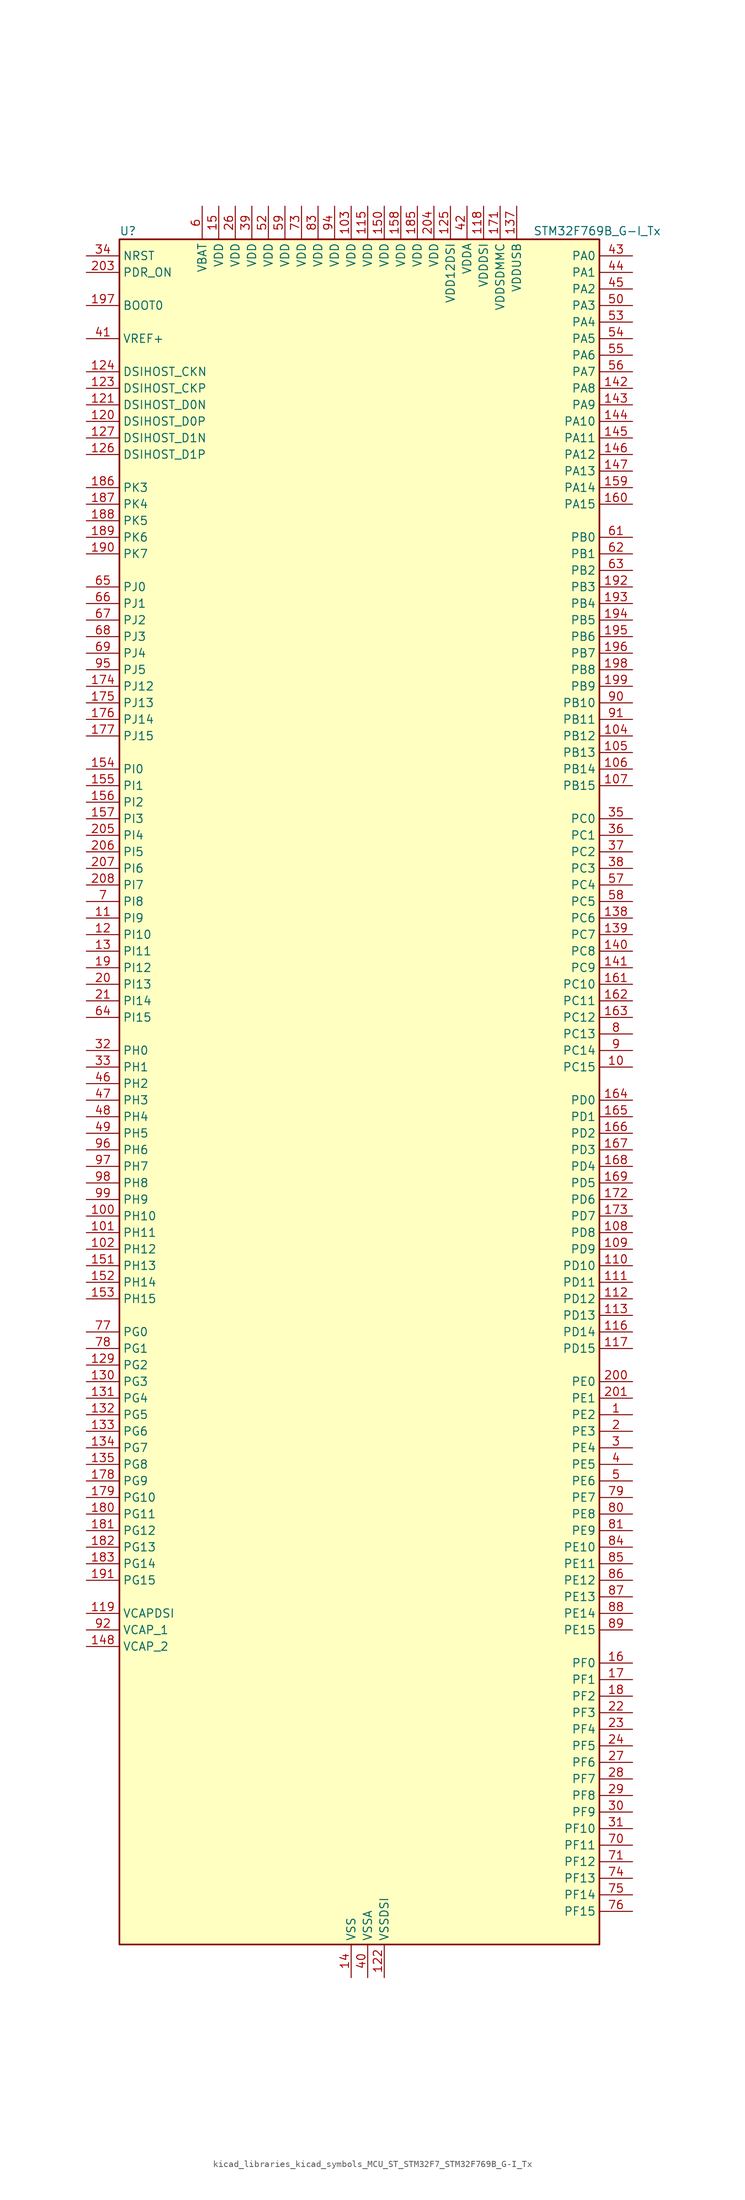
<source format=kicad_sym>
(kicad_symbol_lib
  (version 20220914)
  (generator kicad_symbol_editor)
  (symbol "kicad_libraries_kicad_symbols_MCU_ST_STM32F7_STM32F769B_G-I_Tx"
    (property "Reference" "U"
      (at -35.56 133.35 0)
      (effects (font (size 1.27 1.27)) (justify left)))
    (property "Value" "STM32F769B_G-I_Tx"
      (at 27.94 133.35 0)
      (effects (font (size 1.27 1.27)) (justify left)))
    (property "ki_locked" ""
      (at 0 0 0)
      (effects (font (size 1.27 1.27))))
    (symbol "kicad_libraries_kicad_symbols_MCU_ST_STM32F7_STM32F769B_G-I_Tx_0_1"
      (rectangle (start -35.56 -129.54) (end 38.1 132.08) (stroke (width 0.254) (type default)) (fill (type background))))
    (symbol "kicad_libraries_kicad_symbols_MCU_ST_STM32F7_STM32F769B_G-I_Tx_1_1"
      (pin bidirectional line (at 43.18 -48.26 180) (length 5.08) (name "PE2" (effects (font (size 1.27 1.27)))) (number "1" (effects (font (size 1.27 1.27)))) (alternate "ETH_TXD3" bidirectional line) (alternate "FMC_A23" bidirectional line) (alternate "QUADSPI_BK1_IO2" bidirectional line) (alternate "SAI1_MCLK_A" bidirectional line) (alternate "SPI4_SCK" bidirectional line) (alternate "SYS_TRACECLK" bidirectional line))
      (pin bidirectional line (at 43.18 5.08 180) (length 5.08) (name "PC15" (effects (font (size 1.27 1.27)))) (number "10" (effects (font (size 1.27 1.27)))) (alternate "RCC_OSC32_OUT" bidirectional line))
      (pin bidirectional line (at -40.64 -17.78 0) (length 5.08) (name "PH10" (effects (font (size 1.27 1.27)))) (number "100" (effects (font (size 1.27 1.27)))) (alternate "DCMI_D1" bidirectional line) (alternate "FMC_D18" bidirectional line) (alternate "I2C4_SMBA" bidirectional line) (alternate "LTDC_R4" bidirectional line) (alternate "TIM5_CH1" bidirectional line))
      (pin bidirectional line (at -40.64 -20.32 0) (length 5.08) (name "PH11" (effects (font (size 1.27 1.27)))) (number "101" (effects (font (size 1.27 1.27)))) (alternate "ADC1_EXTI11" bidirectional line) (alternate "ADC2_EXTI11" bidirectional line) (alternate "ADC3_EXTI11" bidirectional line) (alternate "DCMI_D2" bidirectional line) (alternate "FMC_D19" bidirectional line) (alternate "I2C4_SCL" bidirectional line) (alternate "LTDC_R5" bidirectional line) (alternate "TIM5_CH2" bidirectional line))
      (pin bidirectional line (at -40.64 -22.86 0) (length 5.08) (name "PH12" (effects (font (size 1.27 1.27)))) (number "102" (effects (font (size 1.27 1.27)))) (alternate "DCMI_D3" bidirectional line) (alternate "FMC_D20" bidirectional line) (alternate "I2C4_SDA" bidirectional line) (alternate "LTDC_R6" bidirectional line) (alternate "TIM5_CH3" bidirectional line))
      (pin power_in line (at 0 137.16 270) (length 5.08) (name "VDD" (effects (font (size 1.27 1.27)))) (number "103" (effects (font (size 1.27 1.27)))))
      (pin bidirectional line (at 43.18 55.88 180) (length 5.08) (name "PB12" (effects (font (size 1.27 1.27)))) (number "104" (effects (font (size 1.27 1.27)))) (alternate "CAN2_RX" bidirectional line) (alternate "DFSDM1_DATIN1" bidirectional line) (alternate "ETH_TXD0" bidirectional line) (alternate "I2C2_SMBA" bidirectional line) (alternate "I2S2_WS" bidirectional line) (alternate "SPI2_NSS" bidirectional line) (alternate "TIM1_BKIN" bidirectional line) (alternate "UART5_RX" bidirectional line) (alternate "USART3_CK" bidirectional line) (alternate "USB_OTG_HS_ID" bidirectional line) (alternate "USB_OTG_HS_ULPI_D5" bidirectional line))
      (pin bidirectional line (at 43.18 53.34 180) (length 5.08) (name "PB13" (effects (font (size 1.27 1.27)))) (number "105" (effects (font (size 1.27 1.27)))) (alternate "CAN2_TX" bidirectional line) (alternate "DFSDM1_CKIN1" bidirectional line) (alternate "ETH_TXD1" bidirectional line) (alternate "I2S2_CK" bidirectional line) (alternate "SPI2_SCK" bidirectional line) (alternate "TIM1_CH1N" bidirectional line) (alternate "UART5_TX" bidirectional line) (alternate "USART3_CTS" bidirectional line) (alternate "USB_OTG_HS_ULPI_D6" bidirectional line) (alternate "USB_OTG_HS_VBUS" bidirectional line))
      (pin bidirectional line (at 43.18 50.8 180) (length 5.08) (name "PB14" (effects (font (size 1.27 1.27)))) (number "106" (effects (font (size 1.27 1.27)))) (alternate "DFSDM1_DATIN2" bidirectional line) (alternate "SDMMC2_D0" bidirectional line) (alternate "SPI2_MISO" bidirectional line) (alternate "TIM12_CH1" bidirectional line) (alternate "TIM1_CH2N" bidirectional line) (alternate "TIM8_CH2N" bidirectional line) (alternate "UART4_DE" bidirectional line) (alternate "UART4_RTS" bidirectional line) (alternate "USART1_TX" bidirectional line) (alternate "USART3_DE" bidirectional line) (alternate "USART3_RTS" bidirectional line) (alternate "USB_OTG_HS_DM" bidirectional line))
      (pin bidirectional line (at 43.18 48.26 180) (length 5.08) (name "PB15" (effects (font (size 1.27 1.27)))) (number "107" (effects (font (size 1.27 1.27)))) (alternate "DFSDM1_CKIN2" bidirectional line) (alternate "I2S2_SD" bidirectional line) (alternate "RTC_REFIN" bidirectional line) (alternate "SDMMC2_D1" bidirectional line) (alternate "SPI2_MOSI" bidirectional line) (alternate "TIM12_CH2" bidirectional line) (alternate "TIM1_CH3N" bidirectional line) (alternate "TIM8_CH3N" bidirectional line) (alternate "UART4_CTS" bidirectional line) (alternate "USART1_RX" bidirectional line) (alternate "USB_OTG_HS_DP" bidirectional line))
      (pin bidirectional line (at 43.18 -20.32 180) (length 5.08) (name "PD8" (effects (font (size 1.27 1.27)))) (number "108" (effects (font (size 1.27 1.27)))) (alternate "DFSDM1_CKIN3" bidirectional line) (alternate "FMC_D13" bidirectional line) (alternate "FMC_DA13" bidirectional line) (alternate "SPDIFRX_IN1" bidirectional line) (alternate "USART3_TX" bidirectional line))
      (pin bidirectional line (at 43.18 -22.86 180) (length 5.08) (name "PD9" (effects (font (size 1.27 1.27)))) (number "109" (effects (font (size 1.27 1.27)))) (alternate "DAC_EXTI9" bidirectional line) (alternate "DFSDM1_DATIN3" bidirectional line) (alternate "FMC_D14" bidirectional line) (alternate "FMC_DA14" bidirectional line) (alternate "USART3_RX" bidirectional line))
      (pin bidirectional line (at -40.64 27.94 0) (length 5.08) (name "PI9" (effects (font (size 1.27 1.27)))) (number "11" (effects (font (size 1.27 1.27)))) (alternate "CAN1_RX" bidirectional line) (alternate "DAC_EXTI9" bidirectional line) (alternate "FMC_D30" bidirectional line) (alternate "LTDC_VSYNC" bidirectional line) (alternate "UART4_RX" bidirectional line))
      (pin bidirectional line (at 43.18 -25.4 180) (length 5.08) (name "PD10" (effects (font (size 1.27 1.27)))) (number "110" (effects (font (size 1.27 1.27)))) (alternate "DFSDM1_CKOUT" bidirectional line) (alternate "FMC_D15" bidirectional line) (alternate "FMC_DA15" bidirectional line) (alternate "LTDC_B3" bidirectional line) (alternate "USART3_CK" bidirectional line))
      (pin bidirectional line (at 43.18 -27.94 180) (length 5.08) (name "PD11" (effects (font (size 1.27 1.27)))) (number "111" (effects (font (size 1.27 1.27)))) (alternate "ADC1_EXTI11" bidirectional line) (alternate "ADC2_EXTI11" bidirectional line) (alternate "ADC3_EXTI11" bidirectional line) (alternate "FMC_A16" bidirectional line) (alternate "FMC_CLE" bidirectional line) (alternate "I2C4_SMBA" bidirectional line) (alternate "QUADSPI_BK1_IO0" bidirectional line) (alternate "SAI2_SD_A" bidirectional line) (alternate "USART3_CTS" bidirectional line))
      (pin bidirectional line (at 43.18 -30.48 180) (length 5.08) (name "PD12" (effects (font (size 1.27 1.27)))) (number "112" (effects (font (size 1.27 1.27)))) (alternate "FMC_A17" bidirectional line) (alternate "FMC_ALE" bidirectional line) (alternate "I2C4_SCL" bidirectional line) (alternate "LPTIM1_IN1" bidirectional line) (alternate "QUADSPI_BK1_IO1" bidirectional line) (alternate "SAI2_FS_A" bidirectional line) (alternate "TIM4_CH1" bidirectional line) (alternate "USART3_DE" bidirectional line) (alternate "USART3_RTS" bidirectional line))
      (pin bidirectional line (at 43.18 -33.02 180) (length 5.08) (name "PD13" (effects (font (size 1.27 1.27)))) (number "113" (effects (font (size 1.27 1.27)))) (alternate "FMC_A18" bidirectional line) (alternate "I2C4_SDA" bidirectional line) (alternate "LPTIM1_OUT" bidirectional line) (alternate "QUADSPI_BK1_IO3" bidirectional line) (alternate "SAI2_SCK_A" bidirectional line) (alternate "TIM4_CH2" bidirectional line))
      (pin passive line (at 0 -134.62 90) (length 5.08) hide (name "VSS" (effects (font (size 1.27 1.27)))) (number "114" (effects (font (size 1.27 1.27)))))
      (pin power_in line (at 2.54 137.16 270) (length 5.08) (name "VDD" (effects (font (size 1.27 1.27)))) (number "115" (effects (font (size 1.27 1.27)))))
      (pin bidirectional line (at 43.18 -35.56 180) (length 5.08) (name "PD14" (effects (font (size 1.27 1.27)))) (number "116" (effects (font (size 1.27 1.27)))) (alternate "FMC_D0" bidirectional line) (alternate "FMC_DA0" bidirectional line) (alternate "TIM4_CH3" bidirectional line) (alternate "UART8_CTS" bidirectional line))
      (pin bidirectional line (at 43.18 -38.1 180) (length 5.08) (name "PD15" (effects (font (size 1.27 1.27)))) (number "117" (effects (font (size 1.27 1.27)))) (alternate "FMC_D1" bidirectional line) (alternate "FMC_DA1" bidirectional line) (alternate "TIM4_CH4" bidirectional line) (alternate "UART8_DE" bidirectional line) (alternate "UART8_RTS" bidirectional line))
      (pin power_in line (at 20.32 137.16 270) (length 5.08) (name "VDDDSI" (effects (font (size 1.27 1.27)))) (number "118" (effects (font (size 1.27 1.27)))))
      (pin power_out line (at -40.64 -78.74 0) (length 5.08) (name "VCAPDSI" (effects (font (size 1.27 1.27)))) (number "119" (effects (font (size 1.27 1.27)))))
      (pin bidirectional line (at -40.64 25.4 0) (length 5.08) (name "PI10" (effects (font (size 1.27 1.27)))) (number "12" (effects (font (size 1.27 1.27)))) (alternate "ETH_RX_ER" bidirectional line) (alternate "FMC_D31" bidirectional line) (alternate "LTDC_HSYNC" bidirectional line))
      (pin bidirectional line (at -40.64 104.14 0) (length 5.08) (name "DSIHOST_D0P" (effects (font (size 1.27 1.27)))) (number "120" (effects (font (size 1.27 1.27)))) (alternate "DSIHOST_D0P" bidirectional line))
      (pin bidirectional line (at -40.64 106.68 0) (length 5.08) (name "DSIHOST_D0N" (effects (font (size 1.27 1.27)))) (number "121" (effects (font (size 1.27 1.27)))) (alternate "DSIHOST_D0N" bidirectional line))
      (pin power_in line (at 5.08 -134.62 90) (length 5.08) (name "VSSDSI" (effects (font (size 1.27 1.27)))) (number "122" (effects (font (size 1.27 1.27)))))
      (pin bidirectional line (at -40.64 109.22 0) (length 5.08) (name "DSIHOST_CKP" (effects (font (size 1.27 1.27)))) (number "123" (effects (font (size 1.27 1.27)))) (alternate "DSIHOST_CKP" bidirectional line))
      (pin bidirectional line (at -40.64 111.76 0) (length 5.08) (name "DSIHOST_CKN" (effects (font (size 1.27 1.27)))) (number "124" (effects (font (size 1.27 1.27)))) (alternate "DSIHOST_CKN" bidirectional line))
      (pin power_in line (at 15.24 137.16 270) (length 5.08) (name "VDD12DSI" (effects (font (size 1.27 1.27)))) (number "125" (effects (font (size 1.27 1.27)))))
      (pin bidirectional line (at -40.64 99.06 0) (length 5.08) (name "DSIHOST_D1P" (effects (font (size 1.27 1.27)))) (number "126" (effects (font (size 1.27 1.27)))) (alternate "DSIHOST_D1P" bidirectional line))
      (pin bidirectional line (at -40.64 101.6 0) (length 5.08) (name "DSIHOST_D1N" (effects (font (size 1.27 1.27)))) (number "127" (effects (font (size 1.27 1.27)))) (alternate "DSIHOST_D1N" bidirectional line))
      (pin passive line (at 5.08 -134.62 90) (length 5.08) hide (name "VSSDSI" (effects (font (size 1.27 1.27)))) (number "128" (effects (font (size 1.27 1.27)))))
      (pin bidirectional line (at -40.64 -40.64 0) (length 5.08) (name "PG2" (effects (font (size 1.27 1.27)))) (number "129" (effects (font (size 1.27 1.27)))) (alternate "FMC_A12" bidirectional line))
      (pin bidirectional line (at -40.64 22.86 0) (length 5.08) (name "PI11" (effects (font (size 1.27 1.27)))) (number "13" (effects (font (size 1.27 1.27)))) (alternate "ADC1_EXTI11" bidirectional line) (alternate "ADC2_EXTI11" bidirectional line) (alternate "ADC3_EXTI11" bidirectional line) (alternate "LTDC_G6" bidirectional line) (alternate "SYS_WKUP6" bidirectional line) (alternate "USB_OTG_HS_ULPI_DIR" bidirectional line))
      (pin bidirectional line (at -40.64 -43.18 0) (length 5.08) (name "PG3" (effects (font (size 1.27 1.27)))) (number "130" (effects (font (size 1.27 1.27)))) (alternate "FMC_A13" bidirectional line))
      (pin bidirectional line (at -40.64 -45.72 0) (length 5.08) (name "PG4" (effects (font (size 1.27 1.27)))) (number "131" (effects (font (size 1.27 1.27)))) (alternate "FMC_A14" bidirectional line) (alternate "FMC_BA0" bidirectional line))
      (pin bidirectional line (at -40.64 -48.26 0) (length 5.08) (name "PG5" (effects (font (size 1.27 1.27)))) (number "132" (effects (font (size 1.27 1.27)))) (alternate "FMC_A15" bidirectional line) (alternate "FMC_BA1" bidirectional line))
      (pin bidirectional line (at -40.64 -50.8 0) (length 5.08) (name "PG6" (effects (font (size 1.27 1.27)))) (number "133" (effects (font (size 1.27 1.27)))) (alternate "DCMI_D12" bidirectional line) (alternate "FMC_NE3" bidirectional line) (alternate "LTDC_R7" bidirectional line))
      (pin bidirectional line (at -40.64 -53.34 0) (length 5.08) (name "PG7" (effects (font (size 1.27 1.27)))) (number "134" (effects (font (size 1.27 1.27)))) (alternate "DCMI_D13" bidirectional line) (alternate "FMC_INT" bidirectional line) (alternate "LTDC_CLK" bidirectional line) (alternate "SAI1_MCLK_A" bidirectional line) (alternate "USART6_CK" bidirectional line))
      (pin bidirectional line (at -40.64 -55.88 0) (length 5.08) (name "PG8" (effects (font (size 1.27 1.27)))) (number "135" (effects (font (size 1.27 1.27)))) (alternate "ETH_PPS_OUT" bidirectional line) (alternate "FMC_SDCLK" bidirectional line) (alternate "LTDC_G7" bidirectional line) (alternate "SPDIFRX_IN2" bidirectional line) (alternate "SPI6_NSS" bidirectional line) (alternate "USART6_DE" bidirectional line) (alternate "USART6_RTS" bidirectional line))
      (pin passive line (at 0 -134.62 90) (length 5.08) hide (name "VSS" (effects (font (size 1.27 1.27)))) (number "136" (effects (font (size 1.27 1.27)))))
      (pin power_in line (at 25.4 137.16 270) (length 5.08) (name "VDDUSB" (effects (font (size 1.27 1.27)))) (number "137" (effects (font (size 1.27 1.27)))))
      (pin bidirectional line (at 43.18 27.94 180) (length 5.08) (name "PC6" (effects (font (size 1.27 1.27)))) (number "138" (effects (font (size 1.27 1.27)))) (alternate "DCMI_D0" bidirectional line) (alternate "DFSDM1_CKIN3" bidirectional line) (alternate "FMC_NWAIT" bidirectional line) (alternate "I2S2_MCK" bidirectional line) (alternate "LTDC_HSYNC" bidirectional line) (alternate "SDMMC1_D6" bidirectional line) (alternate "SDMMC2_D6" bidirectional line) (alternate "TIM3_CH1" bidirectional line) (alternate "TIM8_CH1" bidirectional line) (alternate "USART6_TX" bidirectional line))
      (pin bidirectional line (at 43.18 25.4 180) (length 5.08) (name "PC7" (effects (font (size 1.27 1.27)))) (number "139" (effects (font (size 1.27 1.27)))) (alternate "DCMI_D1" bidirectional line) (alternate "DFSDM1_DATIN3" bidirectional line) (alternate "FMC_NE1" bidirectional line) (alternate "I2S3_MCK" bidirectional line) (alternate "LTDC_G6" bidirectional line) (alternate "SDMMC1_D7" bidirectional line) (alternate "SDMMC2_D7" bidirectional line) (alternate "TIM3_CH2" bidirectional line) (alternate "TIM8_CH2" bidirectional line) (alternate "USART6_RX" bidirectional line))
      (pin power_in line (at 0 -134.62 90) (length 5.08) (name "VSS" (effects (font (size 1.27 1.27)))) (number "14" (effects (font (size 1.27 1.27)))))
      (pin bidirectional line (at 43.18 22.86 180) (length 5.08) (name "PC8" (effects (font (size 1.27 1.27)))) (number "140" (effects (font (size 1.27 1.27)))) (alternate "DCMI_D2" bidirectional line) (alternate "FMC_NCE" bidirectional line) (alternate "FMC_NE2" bidirectional line) (alternate "SDMMC1_D0" bidirectional line) (alternate "SYS_TRACED1" bidirectional line) (alternate "TIM3_CH3" bidirectional line) (alternate "TIM8_CH3" bidirectional line) (alternate "UART5_DE" bidirectional line) (alternate "UART5_RTS" bidirectional line) (alternate "USART6_CK" bidirectional line))
      (pin bidirectional line (at 43.18 20.32 180) (length 5.08) (name "PC9" (effects (font (size 1.27 1.27)))) (number "141" (effects (font (size 1.27 1.27)))) (alternate "DAC_EXTI9" bidirectional line) (alternate "DCMI_D3" bidirectional line) (alternate "I2C3_SDA" bidirectional line) (alternate "I2S_CKIN" bidirectional line) (alternate "LTDC_B2" bidirectional line) (alternate "LTDC_G3" bidirectional line) (alternate "QUADSPI_BK1_IO0" bidirectional line) (alternate "RCC_MCO_2" bidirectional line) (alternate "SDMMC1_D1" bidirectional line) (alternate "TIM3_CH4" bidirectional line) (alternate "TIM8_CH4" bidirectional line) (alternate "UART5_CTS" bidirectional line))
      (pin bidirectional line (at 43.18 109.22 180) (length 5.08) (name "PA8" (effects (font (size 1.27 1.27)))) (number "142" (effects (font (size 1.27 1.27)))) (alternate "CAN3_RX" bidirectional line) (alternate "I2C3_SCL" bidirectional line) (alternate "LTDC_B3" bidirectional line) (alternate "LTDC_R6" bidirectional line) (alternate "RCC_MCO_1" bidirectional line) (alternate "TIM1_CH1" bidirectional line) (alternate "TIM8_BKIN2" bidirectional line) (alternate "UART7_RX" bidirectional line) (alternate "USART1_CK" bidirectional line) (alternate "USB_OTG_FS_SOF" bidirectional line))
      (pin bidirectional line (at 43.18 106.68 180) (length 5.08) (name "PA9" (effects (font (size 1.27 1.27)))) (number "143" (effects (font (size 1.27 1.27)))) (alternate "DAC_EXTI9" bidirectional line) (alternate "DCMI_D0" bidirectional line) (alternate "I2C3_SMBA" bidirectional line) (alternate "I2S2_CK" bidirectional line) (alternate "LTDC_R5" bidirectional line) (alternate "SPI2_SCK" bidirectional line) (alternate "TIM1_CH2" bidirectional line) (alternate "USART1_TX" bidirectional line) (alternate "USB_OTG_FS_VBUS" bidirectional line))
      (pin bidirectional line (at 43.18 104.14 180) (length 5.08) (name "PA10" (effects (font (size 1.27 1.27)))) (number "144" (effects (font (size 1.27 1.27)))) (alternate "DCMI_D1" bidirectional line) (alternate "LTDC_B1" bidirectional line) (alternate "LTDC_B4" bidirectional line) (alternate "MDIOS_MDIO" bidirectional line) (alternate "TIM1_CH3" bidirectional line) (alternate "USART1_RX" bidirectional line) (alternate "USB_OTG_FS_ID" bidirectional line))
      (pin bidirectional line (at 43.18 101.6 180) (length 5.08) (name "PA11" (effects (font (size 1.27 1.27)))) (number "145" (effects (font (size 1.27 1.27)))) (alternate "ADC1_EXTI11" bidirectional line) (alternate "ADC2_EXTI11" bidirectional line) (alternate "ADC3_EXTI11" bidirectional line) (alternate "CAN1_RX" bidirectional line) (alternate "I2S2_WS" bidirectional line) (alternate "LTDC_R4" bidirectional line) (alternate "SPI2_NSS" bidirectional line) (alternate "TIM1_CH4" bidirectional line) (alternate "UART4_RX" bidirectional line) (alternate "USART1_CTS" bidirectional line) (alternate "USB_OTG_FS_DM" bidirectional line))
      (pin bidirectional line (at 43.18 99.06 180) (length 5.08) (name "PA12" (effects (font (size 1.27 1.27)))) (number "146" (effects (font (size 1.27 1.27)))) (alternate "CAN1_TX" bidirectional line) (alternate "I2S2_CK" bidirectional line) (alternate "LTDC_R5" bidirectional line) (alternate "SAI2_FS_B" bidirectional line) (alternate "SPI2_SCK" bidirectional line) (alternate "TIM1_ETR" bidirectional line) (alternate "UART4_TX" bidirectional line) (alternate "USART1_DE" bidirectional line) (alternate "USART1_RTS" bidirectional line) (alternate "USB_OTG_FS_DP" bidirectional line))
      (pin bidirectional line (at 43.18 96.52 180) (length 5.08) (name "PA13" (effects (font (size 1.27 1.27)))) (number "147" (effects (font (size 1.27 1.27)))) (alternate "SYS_JTMS-SWDIO" bidirectional line))
      (pin power_out line (at -40.64 -83.82 0) (length 5.08) (name "VCAP_2" (effects (font (size 1.27 1.27)))) (number "148" (effects (font (size 1.27 1.27)))))
      (pin passive line (at 0 -134.62 90) (length 5.08) hide (name "VSS" (effects (font (size 1.27 1.27)))) (number "149" (effects (font (size 1.27 1.27)))))
      (pin power_in line (at -20.32 137.16 270) (length 5.08) (name "VDD" (effects (font (size 1.27 1.27)))) (number "15" (effects (font (size 1.27 1.27)))))
      (pin power_in line (at 5.08 137.16 270) (length 5.08) (name "VDD" (effects (font (size 1.27 1.27)))) (number "150" (effects (font (size 1.27 1.27)))))
      (pin bidirectional line (at -40.64 -25.4 0) (length 5.08) (name "PH13" (effects (font (size 1.27 1.27)))) (number "151" (effects (font (size 1.27 1.27)))) (alternate "CAN1_TX" bidirectional line) (alternate "FMC_D21" bidirectional line) (alternate "LTDC_G2" bidirectional line) (alternate "TIM8_CH1N" bidirectional line) (alternate "UART4_TX" bidirectional line))
      (pin bidirectional line (at -40.64 -27.94 0) (length 5.08) (name "PH14" (effects (font (size 1.27 1.27)))) (number "152" (effects (font (size 1.27 1.27)))) (alternate "CAN1_RX" bidirectional line) (alternate "DCMI_D4" bidirectional line) (alternate "FMC_D22" bidirectional line) (alternate "LTDC_G3" bidirectional line) (alternate "TIM8_CH2N" bidirectional line) (alternate "UART4_RX" bidirectional line))
      (pin bidirectional line (at -40.64 -30.48 0) (length 5.08) (name "PH15" (effects (font (size 1.27 1.27)))) (number "153" (effects (font (size 1.27 1.27)))) (alternate "DCMI_D11" bidirectional line) (alternate "FMC_D23" bidirectional line) (alternate "LTDC_G4" bidirectional line) (alternate "TIM8_CH3N" bidirectional line))
      (pin bidirectional line (at -40.64 50.8 0) (length 5.08) (name "PI0" (effects (font (size 1.27 1.27)))) (number "154" (effects (font (size 1.27 1.27)))) (alternate "DCMI_D13" bidirectional line) (alternate "FMC_D24" bidirectional line) (alternate "I2S2_WS" bidirectional line) (alternate "LTDC_G5" bidirectional line) (alternate "SPI2_NSS" bidirectional line) (alternate "TIM5_CH4" bidirectional line))
      (pin bidirectional line (at -40.64 48.26 0) (length 5.08) (name "PI1" (effects (font (size 1.27 1.27)))) (number "155" (effects (font (size 1.27 1.27)))) (alternate "DCMI_D8" bidirectional line) (alternate "FMC_D25" bidirectional line) (alternate "I2S2_CK" bidirectional line) (alternate "LTDC_G6" bidirectional line) (alternate "SPI2_SCK" bidirectional line) (alternate "TIM8_BKIN2" bidirectional line))
      (pin bidirectional line (at -40.64 45.72 0) (length 5.08) (name "PI2" (effects (font (size 1.27 1.27)))) (number "156" (effects (font (size 1.27 1.27)))) (alternate "DCMI_D9" bidirectional line) (alternate "FMC_D26" bidirectional line) (alternate "LTDC_G7" bidirectional line) (alternate "SPI2_MISO" bidirectional line) (alternate "TIM8_CH4" bidirectional line))
      (pin bidirectional line (at -40.64 43.18 0) (length 5.08) (name "PI3" (effects (font (size 1.27 1.27)))) (number "157" (effects (font (size 1.27 1.27)))) (alternate "DCMI_D10" bidirectional line) (alternate "FMC_D27" bidirectional line) (alternate "I2S2_SD" bidirectional line) (alternate "SPI2_MOSI" bidirectional line) (alternate "TIM8_ETR" bidirectional line))
      (pin power_in line (at 7.62 137.16 270) (length 5.08) (name "VDD" (effects (font (size 1.27 1.27)))) (number "158" (effects (font (size 1.27 1.27)))))
      (pin bidirectional line (at 43.18 93.98 180) (length 5.08) (name "PA14" (effects (font (size 1.27 1.27)))) (number "159" (effects (font (size 1.27 1.27)))) (alternate "SYS_JTCK-SWCLK" bidirectional line))
      (pin bidirectional line (at 43.18 -86.36 180) (length 5.08) (name "PF0" (effects (font (size 1.27 1.27)))) (number "16" (effects (font (size 1.27 1.27)))) (alternate "FMC_A0" bidirectional line) (alternate "I2C2_SDA" bidirectional line))
      (pin bidirectional line (at 43.18 91.44 180) (length 5.08) (name "PA15" (effects (font (size 1.27 1.27)))) (number "160" (effects (font (size 1.27 1.27)))) (alternate "CAN3_TX" bidirectional line) (alternate "CEC" bidirectional line) (alternate "I2S1_WS" bidirectional line) (alternate "I2S3_WS" bidirectional line) (alternate "SPI1_NSS" bidirectional line) (alternate "SPI3_NSS" bidirectional line) (alternate "SPI6_NSS" bidirectional line) (alternate "SYS_JTDI" bidirectional line) (alternate "TIM2_CH1" bidirectional line) (alternate "TIM2_ETR" bidirectional line) (alternate "UART4_DE" bidirectional line) (alternate "UART4_RTS" bidirectional line) (alternate "UART7_TX" bidirectional line))
      (pin bidirectional line (at 43.18 17.78 180) (length 5.08) (name "PC10" (effects (font (size 1.27 1.27)))) (number "161" (effects (font (size 1.27 1.27)))) (alternate "DCMI_D8" bidirectional line) (alternate "DFSDM1_CKIN5" bidirectional line) (alternate "I2S3_CK" bidirectional line) (alternate "LTDC_R2" bidirectional line) (alternate "QUADSPI_BK1_IO1" bidirectional line) (alternate "SDMMC1_D2" bidirectional line) (alternate "SPI3_SCK" bidirectional line) (alternate "UART4_TX" bidirectional line) (alternate "USART3_TX" bidirectional line))
      (pin bidirectional line (at 43.18 15.24 180) (length 5.08) (name "PC11" (effects (font (size 1.27 1.27)))) (number "162" (effects (font (size 1.27 1.27)))) (alternate "ADC1_EXTI11" bidirectional line) (alternate "ADC2_EXTI11" bidirectional line) (alternate "ADC3_EXTI11" bidirectional line) (alternate "DCMI_D4" bidirectional line) (alternate "DFSDM1_DATIN5" bidirectional line) (alternate "QUADSPI_BK2_NCS" bidirectional line) (alternate "SDMMC1_D3" bidirectional line) (alternate "SPI3_MISO" bidirectional line) (alternate "UART4_RX" bidirectional line) (alternate "USART3_RX" bidirectional line))
      (pin bidirectional line (at 43.18 12.7 180) (length 5.08) (name "PC12" (effects (font (size 1.27 1.27)))) (number "163" (effects (font (size 1.27 1.27)))) (alternate "DCMI_D9" bidirectional line) (alternate "I2S3_SD" bidirectional line) (alternate "SDMMC1_CK" bidirectional line) (alternate "SPI3_MOSI" bidirectional line) (alternate "SYS_TRACED3" bidirectional line) (alternate "UART5_TX" bidirectional line) (alternate "USART3_CK" bidirectional line))
      (pin bidirectional line (at 43.18 0 180) (length 5.08) (name "PD0" (effects (font (size 1.27 1.27)))) (number "164" (effects (font (size 1.27 1.27)))) (alternate "CAN1_RX" bidirectional line) (alternate "DFSDM1_CKIN6" bidirectional line) (alternate "DFSDM1_DATIN7" bidirectional line) (alternate "FMC_D2" bidirectional line) (alternate "FMC_DA2" bidirectional line) (alternate "UART4_RX" bidirectional line))
      (pin bidirectional line (at 43.18 -2.54 180) (length 5.08) (name "PD1" (effects (font (size 1.27 1.27)))) (number "165" (effects (font (size 1.27 1.27)))) (alternate "CAN1_TX" bidirectional line) (alternate "DFSDM1_CKIN7" bidirectional line) (alternate "DFSDM1_DATIN6" bidirectional line) (alternate "FMC_D3" bidirectional line) (alternate "FMC_DA3" bidirectional line) (alternate "UART4_TX" bidirectional line))
      (pin bidirectional line (at 43.18 -5.08 180) (length 5.08) (name "PD2" (effects (font (size 1.27 1.27)))) (number "166" (effects (font (size 1.27 1.27)))) (alternate "DCMI_D11" bidirectional line) (alternate "SDMMC1_CMD" bidirectional line) (alternate "SYS_TRACED2" bidirectional line) (alternate "TIM3_ETR" bidirectional line) (alternate "UART5_RX" bidirectional line))
      (pin bidirectional line (at 43.18 -7.62 180) (length 5.08) (name "PD3" (effects (font (size 1.27 1.27)))) (number "167" (effects (font (size 1.27 1.27)))) (alternate "DCMI_D5" bidirectional line) (alternate "DFSDM1_CKOUT" bidirectional line) (alternate "DFSDM1_DATIN0" bidirectional line) (alternate "FMC_CLK" bidirectional line) (alternate "I2S2_CK" bidirectional line) (alternate "LTDC_G7" bidirectional line) (alternate "SPI2_SCK" bidirectional line) (alternate "USART2_CTS" bidirectional line))
      (pin bidirectional line (at 43.18 -10.16 180) (length 5.08) (name "PD4" (effects (font (size 1.27 1.27)))) (number "168" (effects (font (size 1.27 1.27)))) (alternate "DFSDM1_CKIN0" bidirectional line) (alternate "FMC_NOE" bidirectional line) (alternate "USART2_DE" bidirectional line) (alternate "USART2_RTS" bidirectional line))
      (pin bidirectional line (at 43.18 -12.7 180) (length 5.08) (name "PD5" (effects (font (size 1.27 1.27)))) (number "169" (effects (font (size 1.27 1.27)))) (alternate "FMC_NWE" bidirectional line) (alternate "USART2_TX" bidirectional line))
      (pin bidirectional line (at 43.18 -88.9 180) (length 5.08) (name "PF1" (effects (font (size 1.27 1.27)))) (number "17" (effects (font (size 1.27 1.27)))) (alternate "FMC_A1" bidirectional line) (alternate "I2C2_SCL" bidirectional line))
      (pin passive line (at 0 -134.62 90) (length 5.08) hide (name "VSS" (effects (font (size 1.27 1.27)))) (number "170" (effects (font (size 1.27 1.27)))))
      (pin power_in line (at 22.86 137.16 270) (length 5.08) (name "VDDSDMMC" (effects (font (size 1.27 1.27)))) (number "171" (effects (font (size 1.27 1.27)))))
      (pin bidirectional line (at 43.18 -15.24 180) (length 5.08) (name "PD6" (effects (font (size 1.27 1.27)))) (number "172" (effects (font (size 1.27 1.27)))) (alternate "DCMI_D10" bidirectional line) (alternate "DFSDM1_CKIN4" bidirectional line) (alternate "DFSDM1_DATIN1" bidirectional line) (alternate "FMC_NWAIT" bidirectional line) (alternate "I2S3_SD" bidirectional line) (alternate "LTDC_B2" bidirectional line) (alternate "SAI1_SD_A" bidirectional line) (alternate "SDMMC2_CK" bidirectional line) (alternate "SPI3_MOSI" bidirectional line) (alternate "USART2_RX" bidirectional line))
      (pin bidirectional line (at 43.18 -17.78 180) (length 5.08) (name "PD7" (effects (font (size 1.27 1.27)))) (number "173" (effects (font (size 1.27 1.27)))) (alternate "DFSDM1_CKIN1" bidirectional line) (alternate "DFSDM1_DATIN4" bidirectional line) (alternate "FMC_NE1" bidirectional line) (alternate "I2S1_SD" bidirectional line) (alternate "SDMMC2_CMD" bidirectional line) (alternate "SPDIFRX_IN0" bidirectional line) (alternate "SPI1_MOSI" bidirectional line) (alternate "USART2_CK" bidirectional line))
      (pin bidirectional line (at -40.64 63.5 0) (length 5.08) (name "PJ12" (effects (font (size 1.27 1.27)))) (number "174" (effects (font (size 1.27 1.27)))) (alternate "LTDC_B0" bidirectional line) (alternate "LTDC_G3" bidirectional line))
      (pin bidirectional line (at -40.64 60.96 0) (length 5.08) (name "PJ13" (effects (font (size 1.27 1.27)))) (number "175" (effects (font (size 1.27 1.27)))) (alternate "LTDC_B1" bidirectional line) (alternate "LTDC_G4" bidirectional line))
      (pin bidirectional line (at -40.64 58.42 0) (length 5.08) (name "PJ14" (effects (font (size 1.27 1.27)))) (number "176" (effects (font (size 1.27 1.27)))) (alternate "LTDC_B2" bidirectional line))
      (pin bidirectional line (at -40.64 55.88 0) (length 5.08) (name "PJ15" (effects (font (size 1.27 1.27)))) (number "177" (effects (font (size 1.27 1.27)))) (alternate "LTDC_B3" bidirectional line))
      (pin bidirectional line (at -40.64 -58.42 0) (length 5.08) (name "PG9" (effects (font (size 1.27 1.27)))) (number "178" (effects (font (size 1.27 1.27)))) (alternate "DAC_EXTI9" bidirectional line) (alternate "DCMI_VSYNC" bidirectional line) (alternate "FMC_NCE" bidirectional line) (alternate "FMC_NE2" bidirectional line) (alternate "QUADSPI_BK2_IO2" bidirectional line) (alternate "SAI2_FS_B" bidirectional line) (alternate "SDMMC2_D0" bidirectional line) (alternate "SPDIFRX_IN3" bidirectional line) (alternate "SPI1_MISO" bidirectional line) (alternate "USART6_RX" bidirectional line))
      (pin bidirectional line (at -40.64 -60.96 0) (length 5.08) (name "PG10" (effects (font (size 1.27 1.27)))) (number "179" (effects (font (size 1.27 1.27)))) (alternate "DCMI_D2" bidirectional line) (alternate "FMC_NE3" bidirectional line) (alternate "I2S1_WS" bidirectional line) (alternate "LTDC_B2" bidirectional line) (alternate "LTDC_G3" bidirectional line) (alternate "SAI2_SD_B" bidirectional line) (alternate "SDMMC2_D1" bidirectional line) (alternate "SPI1_NSS" bidirectional line))
      (pin bidirectional line (at 43.18 -91.44 180) (length 5.08) (name "PF2" (effects (font (size 1.27 1.27)))) (number "18" (effects (font (size 1.27 1.27)))) (alternate "FMC_A2" bidirectional line) (alternate "I2C2_SMBA" bidirectional line))
      (pin bidirectional line (at -40.64 -63.5 0) (length 5.08) (name "PG11" (effects (font (size 1.27 1.27)))) (number "180" (effects (font (size 1.27 1.27)))) (alternate "ADC1_EXTI11" bidirectional line) (alternate "ADC2_EXTI11" bidirectional line) (alternate "ADC3_EXTI11" bidirectional line) (alternate "DCMI_D3" bidirectional line) (alternate "ETH_TX_EN" bidirectional line) (alternate "I2S1_CK" bidirectional line) (alternate "LTDC_B3" bidirectional line) (alternate "SDMMC2_D2" bidirectional line) (alternate "SPDIFRX_IN0" bidirectional line) (alternate "SPI1_SCK" bidirectional line))
      (pin bidirectional line (at -40.64 -66.04 0) (length 5.08) (name "PG12" (effects (font (size 1.27 1.27)))) (number "181" (effects (font (size 1.27 1.27)))) (alternate "FMC_NE4" bidirectional line) (alternate "LPTIM1_IN1" bidirectional line) (alternate "LTDC_B1" bidirectional line) (alternate "LTDC_B4" bidirectional line) (alternate "SDMMC2_D3" bidirectional line) (alternate "SPDIFRX_IN1" bidirectional line) (alternate "SPI6_MISO" bidirectional line) (alternate "USART6_DE" bidirectional line) (alternate "USART6_RTS" bidirectional line))
      (pin bidirectional line (at -40.64 -68.58 0) (length 5.08) (name "PG13" (effects (font (size 1.27 1.27)))) (number "182" (effects (font (size 1.27 1.27)))) (alternate "ETH_TXD0" bidirectional line) (alternate "FMC_A24" bidirectional line) (alternate "LPTIM1_OUT" bidirectional line) (alternate "LTDC_R0" bidirectional line) (alternate "SPI6_SCK" bidirectional line) (alternate "SYS_TRACED0" bidirectional line) (alternate "USART6_CTS" bidirectional line))
      (pin bidirectional line (at -40.64 -71.12 0) (length 5.08) (name "PG14" (effects (font (size 1.27 1.27)))) (number "183" (effects (font (size 1.27 1.27)))) (alternate "ETH_TXD1" bidirectional line) (alternate "FMC_A25" bidirectional line) (alternate "LPTIM1_ETR" bidirectional line) (alternate "LTDC_B0" bidirectional line) (alternate "QUADSPI_BK2_IO3" bidirectional line) (alternate "SPI6_MOSI" bidirectional line) (alternate "SYS_TRACED1" bidirectional line) (alternate "USART6_TX" bidirectional line))
      (pin passive line (at 0 -134.62 90) (length 5.08) hide (name "VSS" (effects (font (size 1.27 1.27)))) (number "184" (effects (font (size 1.27 1.27)))))
      (pin power_in line (at 10.16 137.16 270) (length 5.08) (name "VDD" (effects (font (size 1.27 1.27)))) (number "185" (effects (font (size 1.27 1.27)))))
      (pin bidirectional line (at -40.64 93.98 0) (length 5.08) (name "PK3" (effects (font (size 1.27 1.27)))) (number "186" (effects (font (size 1.27 1.27)))) (alternate "LTDC_B4" bidirectional line))
      (pin bidirectional line (at -40.64 91.44 0) (length 5.08) (name "PK4" (effects (font (size 1.27 1.27)))) (number "187" (effects (font (size 1.27 1.27)))) (alternate "LTDC_B5" bidirectional line))
      (pin bidirectional line (at -40.64 88.9 0) (length 5.08) (name "PK5" (effects (font (size 1.27 1.27)))) (number "188" (effects (font (size 1.27 1.27)))) (alternate "LTDC_B6" bidirectional line))
      (pin bidirectional line (at -40.64 86.36 0) (length 5.08) (name "PK6" (effects (font (size 1.27 1.27)))) (number "189" (effects (font (size 1.27 1.27)))) (alternate "LTDC_B7" bidirectional line))
      (pin bidirectional line (at -40.64 20.32 0) (length 5.08) (name "PI12" (effects (font (size 1.27 1.27)))) (number "19" (effects (font (size 1.27 1.27)))) (alternate "LTDC_HSYNC" bidirectional line))
      (pin bidirectional line (at -40.64 83.82 0) (length 5.08) (name "PK7" (effects (font (size 1.27 1.27)))) (number "190" (effects (font (size 1.27 1.27)))) (alternate "LTDC_DE" bidirectional line))
      (pin bidirectional line (at -40.64 -73.66 0) (length 5.08) (name "PG15" (effects (font (size 1.27 1.27)))) (number "191" (effects (font (size 1.27 1.27)))) (alternate "DCMI_D13" bidirectional line) (alternate "FMC_SDNCAS" bidirectional line) (alternate "USART6_CTS" bidirectional line))
      (pin bidirectional line (at 43.18 78.74 180) (length 5.08) (name "PB3" (effects (font (size 1.27 1.27)))) (number "192" (effects (font (size 1.27 1.27)))) (alternate "CAN3_RX" bidirectional line) (alternate "I2S1_CK" bidirectional line) (alternate "I2S3_CK" bidirectional line) (alternate "SDMMC2_D2" bidirectional line) (alternate "SPI1_SCK" bidirectional line) (alternate "SPI3_SCK" bidirectional line) (alternate "SPI6_SCK" bidirectional line) (alternate "SYS_JTDO-SWO" bidirectional line) (alternate "TIM2_CH2" bidirectional line) (alternate "UART7_RX" bidirectional line))
      (pin bidirectional line (at 43.18 76.2 180) (length 5.08) (name "PB4" (effects (font (size 1.27 1.27)))) (number "193" (effects (font (size 1.27 1.27)))) (alternate "CAN3_TX" bidirectional line) (alternate "I2S2_WS" bidirectional line) (alternate "SDMMC2_D3" bidirectional line) (alternate "SPI1_MISO" bidirectional line) (alternate "SPI2_NSS" bidirectional line) (alternate "SPI3_MISO" bidirectional line) (alternate "SPI6_MISO" bidirectional line) (alternate "SYS_JTRST" bidirectional line) (alternate "TIM3_CH1" bidirectional line) (alternate "UART7_TX" bidirectional line))
      (pin bidirectional line (at 43.18 73.66 180) (length 5.08) (name "PB5" (effects (font (size 1.27 1.27)))) (number "194" (effects (font (size 1.27 1.27)))) (alternate "CAN2_RX" bidirectional line) (alternate "DCMI_D10" bidirectional line) (alternate "ETH_PPS_OUT" bidirectional line) (alternate "FMC_SDCKE1" bidirectional line) (alternate "I2C1_SMBA" bidirectional line) (alternate "I2S1_SD" bidirectional line) (alternate "I2S3_SD" bidirectional line) (alternate "LTDC_G7" bidirectional line) (alternate "SPI1_MOSI" bidirectional line) (alternate "SPI3_MOSI" bidirectional line) (alternate "SPI6_MOSI" bidirectional line) (alternate "TIM3_CH2" bidirectional line) (alternate "UART5_RX" bidirectional line) (alternate "USB_OTG_HS_ULPI_D7" bidirectional line))
      (pin bidirectional line (at 43.18 71.12 180) (length 5.08) (name "PB6" (effects (font (size 1.27 1.27)))) (number "195" (effects (font (size 1.27 1.27)))) (alternate "CAN2_TX" bidirectional line) (alternate "CEC" bidirectional line) (alternate "DCMI_D5" bidirectional line) (alternate "DFSDM1_DATIN5" bidirectional line) (alternate "FMC_SDNE1" bidirectional line) (alternate "I2C1_SCL" bidirectional line) (alternate "I2C4_SCL" bidirectional line) (alternate "QUADSPI_BK1_NCS" bidirectional line) (alternate "TIM4_CH1" bidirectional line) (alternate "UART5_TX" bidirectional line) (alternate "USART1_TX" bidirectional line))
      (pin bidirectional line (at 43.18 68.58 180) (length 5.08) (name "PB7" (effects (font (size 1.27 1.27)))) (number "196" (effects (font (size 1.27 1.27)))) (alternate "DCMI_VSYNC" bidirectional line) (alternate "DFSDM1_CKIN5" bidirectional line) (alternate "FMC_NL" bidirectional line) (alternate "I2C1_SDA" bidirectional line) (alternate "I2C4_SDA" bidirectional line) (alternate "TIM4_CH2" bidirectional line) (alternate "USART1_RX" bidirectional line))
      (pin input line (at -40.64 121.92 0) (length 5.08) (name "BOOT0" (effects (font (size 1.27 1.27)))) (number "197" (effects (font (size 1.27 1.27)))))
      (pin bidirectional line (at 43.18 66.04 180) (length 5.08) (name "PB8" (effects (font (size 1.27 1.27)))) (number "198" (effects (font (size 1.27 1.27)))) (alternate "CAN1_RX" bidirectional line) (alternate "DCMI_D6" bidirectional line) (alternate "DFSDM1_CKIN7" bidirectional line) (alternate "ETH_TXD3" bidirectional line) (alternate "I2C1_SCL" bidirectional line) (alternate "I2C4_SCL" bidirectional line) (alternate "LTDC_B6" bidirectional line) (alternate "SDMMC1_D4" bidirectional line) (alternate "SDMMC2_D4" bidirectional line) (alternate "TIM10_CH1" bidirectional line) (alternate "TIM4_CH3" bidirectional line) (alternate "UART5_RX" bidirectional line))
      (pin bidirectional line (at 43.18 63.5 180) (length 5.08) (name "PB9" (effects (font (size 1.27 1.27)))) (number "199" (effects (font (size 1.27 1.27)))) (alternate "CAN1_TX" bidirectional line) (alternate "DAC_EXTI9" bidirectional line) (alternate "DCMI_D7" bidirectional line) (alternate "DFSDM1_DATIN7" bidirectional line) (alternate "I2C1_SDA" bidirectional line) (alternate "I2C4_SDA" bidirectional line) (alternate "I2C4_SMBA" bidirectional line) (alternate "I2S2_WS" bidirectional line) (alternate "LTDC_B7" bidirectional line) (alternate "SDMMC1_D5" bidirectional line) (alternate "SDMMC2_D5" bidirectional line) (alternate "SPI2_NSS" bidirectional line) (alternate "TIM11_CH1" bidirectional line) (alternate "TIM4_CH4" bidirectional line) (alternate "UART5_TX" bidirectional line))
      (pin bidirectional line (at 43.18 -50.8 180) (length 5.08) (name "PE3" (effects (font (size 1.27 1.27)))) (number "2" (effects (font (size 1.27 1.27)))) (alternate "FMC_A19" bidirectional line) (alternate "SAI1_SD_B" bidirectional line) (alternate "SYS_TRACED0" bidirectional line))
      (pin bidirectional line (at -40.64 17.78 0) (length 5.08) (name "PI13" (effects (font (size 1.27 1.27)))) (number "20" (effects (font (size 1.27 1.27)))) (alternate "LTDC_VSYNC" bidirectional line))
      (pin bidirectional line (at 43.18 -43.18 180) (length 5.08) (name "PE0" (effects (font (size 1.27 1.27)))) (number "200" (effects (font (size 1.27 1.27)))) (alternate "DCMI_D2" bidirectional line) (alternate "FMC_NBL0" bidirectional line) (alternate "LPTIM1_ETR" bidirectional line) (alternate "SAI2_MCLK_A" bidirectional line) (alternate "TIM4_ETR" bidirectional line) (alternate "UART8_RX" bidirectional line))
      (pin bidirectional line (at 43.18 -45.72 180) (length 5.08) (name "PE1" (effects (font (size 1.27 1.27)))) (number "201" (effects (font (size 1.27 1.27)))) (alternate "DCMI_D3" bidirectional line) (alternate "FMC_NBL1" bidirectional line) (alternate "LPTIM1_IN2" bidirectional line) (alternate "UART8_TX" bidirectional line))
      (pin passive line (at 0 -134.62 90) (length 5.08) hide (name "VSS" (effects (font (size 1.27 1.27)))) (number "202" (effects (font (size 1.27 1.27)))))
      (pin input line (at -40.64 127 0) (length 5.08) (name "PDR_ON" (effects (font (size 1.27 1.27)))) (number "203" (effects (font (size 1.27 1.27)))))
      (pin power_in line (at 12.7 137.16 270) (length 5.08) (name "VDD" (effects (font (size 1.27 1.27)))) (number "204" (effects (font (size 1.27 1.27)))))
      (pin bidirectional line (at -40.64 40.64 0) (length 5.08) (name "PI4" (effects (font (size 1.27 1.27)))) (number "205" (effects (font (size 1.27 1.27)))) (alternate "DCMI_D5" bidirectional line) (alternate "FMC_NBL2" bidirectional line) (alternate "LTDC_B4" bidirectional line) (alternate "SAI2_MCLK_A" bidirectional line) (alternate "TIM8_BKIN" bidirectional line))
      (pin bidirectional line (at -40.64 38.1 0) (length 5.08) (name "PI5" (effects (font (size 1.27 1.27)))) (number "206" (effects (font (size 1.27 1.27)))) (alternate "DCMI_VSYNC" bidirectional line) (alternate "FMC_NBL3" bidirectional line) (alternate "LTDC_B5" bidirectional line) (alternate "SAI2_SCK_A" bidirectional line) (alternate "TIM8_CH1" bidirectional line))
      (pin bidirectional line (at -40.64 35.56 0) (length 5.08) (name "PI6" (effects (font (size 1.27 1.27)))) (number "207" (effects (font (size 1.27 1.27)))) (alternate "DCMI_D6" bidirectional line) (alternate "FMC_D28" bidirectional line) (alternate "LTDC_B6" bidirectional line) (alternate "SAI2_SD_A" bidirectional line) (alternate "TIM8_CH2" bidirectional line))
      (pin bidirectional line (at -40.64 33.02 0) (length 5.08) (name "PI7" (effects (font (size 1.27 1.27)))) (number "208" (effects (font (size 1.27 1.27)))) (alternate "DCMI_D7" bidirectional line) (alternate "FMC_D29" bidirectional line) (alternate "LTDC_B7" bidirectional line) (alternate "SAI2_FS_A" bidirectional line) (alternate "TIM8_CH3" bidirectional line))
      (pin bidirectional line (at -40.64 15.24 0) (length 5.08) (name "PI14" (effects (font (size 1.27 1.27)))) (number "21" (effects (font (size 1.27 1.27)))) (alternate "LTDC_CLK" bidirectional line))
      (pin bidirectional line (at 43.18 -93.98 180) (length 5.08) (name "PF3" (effects (font (size 1.27 1.27)))) (number "22" (effects (font (size 1.27 1.27)))) (alternate "ADC3_IN9" bidirectional line) (alternate "FMC_A3" bidirectional line))
      (pin bidirectional line (at 43.18 -96.52 180) (length 5.08) (name "PF4" (effects (font (size 1.27 1.27)))) (number "23" (effects (font (size 1.27 1.27)))) (alternate "ADC3_IN14" bidirectional line) (alternate "FMC_A4" bidirectional line))
      (pin bidirectional line (at 43.18 -99.06 180) (length 5.08) (name "PF5" (effects (font (size 1.27 1.27)))) (number "24" (effects (font (size 1.27 1.27)))) (alternate "ADC3_IN15" bidirectional line) (alternate "FMC_A5" bidirectional line))
      (pin passive line (at 0 -134.62 90) (length 5.08) hide (name "VSS" (effects (font (size 1.27 1.27)))) (number "25" (effects (font (size 1.27 1.27)))))
      (pin power_in line (at -17.78 137.16 270) (length 5.08) (name "VDD" (effects (font (size 1.27 1.27)))) (number "26" (effects (font (size 1.27 1.27)))))
      (pin bidirectional line (at 43.18 -101.6 180) (length 5.08) (name "PF6" (effects (font (size 1.27 1.27)))) (number "27" (effects (font (size 1.27 1.27)))) (alternate "ADC3_IN4" bidirectional line) (alternate "QUADSPI_BK1_IO3" bidirectional line) (alternate "SAI1_SD_B" bidirectional line) (alternate "SPI5_NSS" bidirectional line) (alternate "TIM10_CH1" bidirectional line) (alternate "UART7_RX" bidirectional line))
      (pin bidirectional line (at 43.18 -104.14 180) (length 5.08) (name "PF7" (effects (font (size 1.27 1.27)))) (number "28" (effects (font (size 1.27 1.27)))) (alternate "ADC3_IN5" bidirectional line) (alternate "QUADSPI_BK1_IO2" bidirectional line) (alternate "SAI1_MCLK_B" bidirectional line) (alternate "SPI5_SCK" bidirectional line) (alternate "TIM11_CH1" bidirectional line) (alternate "UART7_TX" bidirectional line))
      (pin bidirectional line (at 43.18 -106.68 180) (length 5.08) (name "PF8" (effects (font (size 1.27 1.27)))) (number "29" (effects (font (size 1.27 1.27)))) (alternate "ADC3_IN6" bidirectional line) (alternate "QUADSPI_BK1_IO0" bidirectional line) (alternate "SAI1_SCK_B" bidirectional line) (alternate "SPI5_MISO" bidirectional line) (alternate "TIM13_CH1" bidirectional line) (alternate "UART7_DE" bidirectional line) (alternate "UART7_RTS" bidirectional line))
      (pin bidirectional line (at 43.18 -53.34 180) (length 5.08) (name "PE4" (effects (font (size 1.27 1.27)))) (number "3" (effects (font (size 1.27 1.27)))) (alternate "DCMI_D4" bidirectional line) (alternate "DFSDM1_DATIN3" bidirectional line) (alternate "FMC_A20" bidirectional line) (alternate "LTDC_B0" bidirectional line) (alternate "SAI1_FS_A" bidirectional line) (alternate "SPI4_NSS" bidirectional line) (alternate "SYS_TRACED1" bidirectional line))
      (pin bidirectional line (at 43.18 -109.22 180) (length 5.08) (name "PF9" (effects (font (size 1.27 1.27)))) (number "30" (effects (font (size 1.27 1.27)))) (alternate "ADC3_IN7" bidirectional line) (alternate "DAC_EXTI9" bidirectional line) (alternate "QUADSPI_BK1_IO1" bidirectional line) (alternate "SAI1_FS_B" bidirectional line) (alternate "SPI5_MOSI" bidirectional line) (alternate "TIM14_CH1" bidirectional line) (alternate "UART7_CTS" bidirectional line))
      (pin bidirectional line (at 43.18 -111.76 180) (length 5.08) (name "PF10" (effects (font (size 1.27 1.27)))) (number "31" (effects (font (size 1.27 1.27)))) (alternate "ADC3_IN8" bidirectional line) (alternate "DCMI_D11" bidirectional line) (alternate "LTDC_DE" bidirectional line) (alternate "QUADSPI_CLK" bidirectional line))
      (pin bidirectional line (at -40.64 7.62 0) (length 5.08) (name "PH0" (effects (font (size 1.27 1.27)))) (number "32" (effects (font (size 1.27 1.27)))) (alternate "RCC_OSC_IN" bidirectional line))
      (pin bidirectional line (at -40.64 5.08 0) (length 5.08) (name "PH1" (effects (font (size 1.27 1.27)))) (number "33" (effects (font (size 1.27 1.27)))) (alternate "RCC_OSC_OUT" bidirectional line))
      (pin input line (at -40.64 129.54 0) (length 5.08) (name "NRST" (effects (font (size 1.27 1.27)))) (number "34" (effects (font (size 1.27 1.27)))))
      (pin bidirectional line (at 43.18 43.18 180) (length 5.08) (name "PC0" (effects (font (size 1.27 1.27)))) (number "35" (effects (font (size 1.27 1.27)))) (alternate "ADC1_IN10" bidirectional line) (alternate "ADC2_IN10" bidirectional line) (alternate "ADC3_IN10" bidirectional line) (alternate "DFSDM1_CKIN0" bidirectional line) (alternate "DFSDM1_DATIN4" bidirectional line) (alternate "FMC_SDNWE" bidirectional line) (alternate "LTDC_R5" bidirectional line) (alternate "SAI2_FS_B" bidirectional line) (alternate "USB_OTG_HS_ULPI_STP" bidirectional line))
      (pin bidirectional line (at 43.18 40.64 180) (length 5.08) (name "PC1" (effects (font (size 1.27 1.27)))) (number "36" (effects (font (size 1.27 1.27)))) (alternate "ADC1_IN11" bidirectional line) (alternate "ADC2_IN11" bidirectional line) (alternate "ADC3_IN11" bidirectional line) (alternate "DFSDM1_CKIN4" bidirectional line) (alternate "DFSDM1_DATIN0" bidirectional line) (alternate "ETH_MDC" bidirectional line) (alternate "I2S2_SD" bidirectional line) (alternate "MDIOS_MDC" bidirectional line) (alternate "RTC_TAMP3" bidirectional line) (alternate "RTC_TS" bidirectional line) (alternate "SAI1_SD_A" bidirectional line) (alternate "SPI2_MOSI" bidirectional line) (alternate "SYS_TRACED0" bidirectional line) (alternate "SYS_WKUP3" bidirectional line))
      (pin bidirectional line (at 43.18 38.1 180) (length 5.08) (name "PC2" (effects (font (size 1.27 1.27)))) (number "37" (effects (font (size 1.27 1.27)))) (alternate "ADC1_IN12" bidirectional line) (alternate "ADC2_IN12" bidirectional line) (alternate "ADC3_IN12" bidirectional line) (alternate "DFSDM1_CKIN1" bidirectional line) (alternate "DFSDM1_CKOUT" bidirectional line) (alternate "ETH_TXD2" bidirectional line) (alternate "FMC_SDNE0" bidirectional line) (alternate "SPI2_MISO" bidirectional line) (alternate "USB_OTG_HS_ULPI_DIR" bidirectional line))
      (pin bidirectional line (at 43.18 35.56 180) (length 5.08) (name "PC3" (effects (font (size 1.27 1.27)))) (number "38" (effects (font (size 1.27 1.27)))) (alternate "ADC1_IN13" bidirectional line) (alternate "ADC2_IN13" bidirectional line) (alternate "ADC3_IN13" bidirectional line) (alternate "DFSDM1_DATIN1" bidirectional line) (alternate "ETH_TX_CLK" bidirectional line) (alternate "FMC_SDCKE0" bidirectional line) (alternate "I2S2_SD" bidirectional line) (alternate "SPI2_MOSI" bidirectional line) (alternate "USB_OTG_HS_ULPI_NXT" bidirectional line))
      (pin power_in line (at -15.24 137.16 270) (length 5.08) (name "VDD" (effects (font (size 1.27 1.27)))) (number "39" (effects (font (size 1.27 1.27)))))
      (pin bidirectional line (at 43.18 -55.88 180) (length 5.08) (name "PE5" (effects (font (size 1.27 1.27)))) (number "4" (effects (font (size 1.27 1.27)))) (alternate "DCMI_D6" bidirectional line) (alternate "DFSDM1_CKIN3" bidirectional line) (alternate "FMC_A21" bidirectional line) (alternate "LTDC_G0" bidirectional line) (alternate "SAI1_SCK_A" bidirectional line) (alternate "SPI4_MISO" bidirectional line) (alternate "SYS_TRACED2" bidirectional line) (alternate "TIM9_CH1" bidirectional line))
      (pin power_in line (at 2.54 -134.62 90) (length 5.08) (name "VSSA" (effects (font (size 1.27 1.27)))) (number "40" (effects (font (size 1.27 1.27)))))
      (pin input line (at -40.64 116.84 0) (length 5.08) (name "VREF+" (effects (font (size 1.27 1.27)))) (number "41" (effects (font (size 1.27 1.27)))))
      (pin power_in line (at 17.78 137.16 270) (length 5.08) (name "VDDA" (effects (font (size 1.27 1.27)))) (number "42" (effects (font (size 1.27 1.27)))))
      (pin bidirectional line (at 43.18 129.54 180) (length 5.08) (name "PA0" (effects (font (size 1.27 1.27)))) (number "43" (effects (font (size 1.27 1.27)))) (alternate "ADC1_IN0" bidirectional line) (alternate "ADC2_IN0" bidirectional line) (alternate "ADC3_IN0" bidirectional line) (alternate "ETH_CRS" bidirectional line) (alternate "SAI2_SD_B" bidirectional line) (alternate "SYS_WKUP1" bidirectional line) (alternate "TIM2_CH1" bidirectional line) (alternate "TIM2_ETR" bidirectional line) (alternate "TIM5_CH1" bidirectional line) (alternate "TIM8_ETR" bidirectional line) (alternate "UART4_TX" bidirectional line) (alternate "USART2_CTS" bidirectional line))
      (pin bidirectional line (at 43.18 127 180) (length 5.08) (name "PA1" (effects (font (size 1.27 1.27)))) (number "44" (effects (font (size 1.27 1.27)))) (alternate "ADC1_IN1" bidirectional line) (alternate "ADC2_IN1" bidirectional line) (alternate "ADC3_IN1" bidirectional line) (alternate "ETH_REF_CLK" bidirectional line) (alternate "ETH_RX_CLK" bidirectional line) (alternate "LTDC_R2" bidirectional line) (alternate "QUADSPI_BK1_IO3" bidirectional line) (alternate "SAI2_MCLK_B" bidirectional line) (alternate "TIM2_CH2" bidirectional line) (alternate "TIM5_CH2" bidirectional line) (alternate "UART4_RX" bidirectional line) (alternate "USART2_DE" bidirectional line) (alternate "USART2_RTS" bidirectional line))
      (pin bidirectional line (at 43.18 124.46 180) (length 5.08) (name "PA2" (effects (font (size 1.27 1.27)))) (number "45" (effects (font (size 1.27 1.27)))) (alternate "ADC1_IN2" bidirectional line) (alternate "ADC2_IN2" bidirectional line) (alternate "ADC3_IN2" bidirectional line) (alternate "ETH_MDIO" bidirectional line) (alternate "LTDC_R1" bidirectional line) (alternate "MDIOS_MDIO" bidirectional line) (alternate "SAI2_SCK_B" bidirectional line) (alternate "SYS_WKUP2" bidirectional line) (alternate "TIM2_CH3" bidirectional line) (alternate "TIM5_CH3" bidirectional line) (alternate "TIM9_CH1" bidirectional line) (alternate "USART2_TX" bidirectional line))
      (pin bidirectional line (at -40.64 2.54 0) (length 5.08) (name "PH2" (effects (font (size 1.27 1.27)))) (number "46" (effects (font (size 1.27 1.27)))) (alternate "ETH_CRS" bidirectional line) (alternate "FMC_SDCKE0" bidirectional line) (alternate "LPTIM1_IN2" bidirectional line) (alternate "LTDC_R0" bidirectional line) (alternate "QUADSPI_BK2_IO0" bidirectional line) (alternate "SAI2_SCK_B" bidirectional line))
      (pin bidirectional line (at -40.64 0 0) (length 5.08) (name "PH3" (effects (font (size 1.27 1.27)))) (number "47" (effects (font (size 1.27 1.27)))) (alternate "ETH_COL" bidirectional line) (alternate "FMC_SDNE0" bidirectional line) (alternate "LTDC_R1" bidirectional line) (alternate "QUADSPI_BK2_IO1" bidirectional line) (alternate "SAI2_MCLK_B" bidirectional line))
      (pin bidirectional line (at -40.64 -2.54 0) (length 5.08) (name "PH4" (effects (font (size 1.27 1.27)))) (number "48" (effects (font (size 1.27 1.27)))) (alternate "I2C2_SCL" bidirectional line) (alternate "LTDC_G4" bidirectional line) (alternate "LTDC_G5" bidirectional line) (alternate "USB_OTG_HS_ULPI_NXT" bidirectional line))
      (pin bidirectional line (at -40.64 -5.08 0) (length 5.08) (name "PH5" (effects (font (size 1.27 1.27)))) (number "49" (effects (font (size 1.27 1.27)))) (alternate "FMC_SDNWE" bidirectional line) (alternate "I2C2_SDA" bidirectional line) (alternate "SPI5_NSS" bidirectional line))
      (pin bidirectional line (at 43.18 -58.42 180) (length 5.08) (name "PE6" (effects (font (size 1.27 1.27)))) (number "5" (effects (font (size 1.27 1.27)))) (alternate "DCMI_D7" bidirectional line) (alternate "FMC_A22" bidirectional line) (alternate "LTDC_G1" bidirectional line) (alternate "SAI1_SD_A" bidirectional line) (alternate "SAI2_MCLK_B" bidirectional line) (alternate "SPI4_MOSI" bidirectional line) (alternate "SYS_TRACED3" bidirectional line) (alternate "TIM1_BKIN2" bidirectional line) (alternate "TIM9_CH2" bidirectional line))
      (pin bidirectional line (at 43.18 121.92 180) (length 5.08) (name "PA3" (effects (font (size 1.27 1.27)))) (number "50" (effects (font (size 1.27 1.27)))) (alternate "ADC1_IN3" bidirectional line) (alternate "ADC2_IN3" bidirectional line) (alternate "ADC3_IN3" bidirectional line) (alternate "ETH_COL" bidirectional line) (alternate "LTDC_B2" bidirectional line) (alternate "LTDC_B5" bidirectional line) (alternate "TIM2_CH4" bidirectional line) (alternate "TIM5_CH4" bidirectional line) (alternate "TIM9_CH2" bidirectional line) (alternate "USART2_RX" bidirectional line) (alternate "USB_OTG_HS_ULPI_D0" bidirectional line))
      (pin passive line (at 0 -134.62 90) (length 5.08) hide (name "VSS" (effects (font (size 1.27 1.27)))) (number "51" (effects (font (size 1.27 1.27)))))
      (pin power_in line (at -12.7 137.16 270) (length 5.08) (name "VDD" (effects (font (size 1.27 1.27)))) (number "52" (effects (font (size 1.27 1.27)))))
      (pin bidirectional line (at 43.18 119.38 180) (length 5.08) (name "PA4" (effects (font (size 1.27 1.27)))) (number "53" (effects (font (size 1.27 1.27)))) (alternate "ADC1_IN4" bidirectional line) (alternate "ADC2_IN4" bidirectional line) (alternate "DAC_OUT1" bidirectional line) (alternate "DCMI_HSYNC" bidirectional line) (alternate "I2S1_WS" bidirectional line) (alternate "I2S3_WS" bidirectional line) (alternate "LTDC_VSYNC" bidirectional line) (alternate "SPI1_NSS" bidirectional line) (alternate "SPI3_NSS" bidirectional line) (alternate "SPI6_NSS" bidirectional line) (alternate "USART2_CK" bidirectional line) (alternate "USB_OTG_HS_SOF" bidirectional line))
      (pin bidirectional line (at 43.18 116.84 180) (length 5.08) (name "PA5" (effects (font (size 1.27 1.27)))) (number "54" (effects (font (size 1.27 1.27)))) (alternate "ADC1_IN5" bidirectional line) (alternate "ADC2_IN5" bidirectional line) (alternate "DAC_OUT2" bidirectional line) (alternate "I2S1_CK" bidirectional line) (alternate "LTDC_R4" bidirectional line) (alternate "SPI1_SCK" bidirectional line) (alternate "SPI6_SCK" bidirectional line) (alternate "TIM2_CH1" bidirectional line) (alternate "TIM2_ETR" bidirectional line) (alternate "TIM8_CH1N" bidirectional line) (alternate "USB_OTG_HS_ULPI_CK" bidirectional line))
      (pin bidirectional line (at 43.18 114.3 180) (length 5.08) (name "PA6" (effects (font (size 1.27 1.27)))) (number "55" (effects (font (size 1.27 1.27)))) (alternate "ADC1_IN6" bidirectional line) (alternate "ADC2_IN6" bidirectional line) (alternate "DCMI_PIXCLK" bidirectional line) (alternate "LTDC_G2" bidirectional line) (alternate "MDIOS_MDC" bidirectional line) (alternate "SPI1_MISO" bidirectional line) (alternate "SPI6_MISO" bidirectional line) (alternate "TIM13_CH1" bidirectional line) (alternate "TIM1_BKIN" bidirectional line) (alternate "TIM3_CH1" bidirectional line) (alternate "TIM8_BKIN" bidirectional line))
      (pin bidirectional line (at 43.18 111.76 180) (length 5.08) (name "PA7" (effects (font (size 1.27 1.27)))) (number "56" (effects (font (size 1.27 1.27)))) (alternate "ADC1_IN7" bidirectional line) (alternate "ADC2_IN7" bidirectional line) (alternate "ETH_CRS_DV" bidirectional line) (alternate "ETH_RX_DV" bidirectional line) (alternate "FMC_SDNWE" bidirectional line) (alternate "I2S1_SD" bidirectional line) (alternate "SPI1_MOSI" bidirectional line) (alternate "SPI6_MOSI" bidirectional line) (alternate "TIM14_CH1" bidirectional line) (alternate "TIM1_CH1N" bidirectional line) (alternate "TIM3_CH2" bidirectional line) (alternate "TIM8_CH1N" bidirectional line))
      (pin bidirectional line (at 43.18 33.02 180) (length 5.08) (name "PC4" (effects (font (size 1.27 1.27)))) (number "57" (effects (font (size 1.27 1.27)))) (alternate "ADC1_IN14" bidirectional line) (alternate "ADC2_IN14" bidirectional line) (alternate "DFSDM1_CKIN2" bidirectional line) (alternate "ETH_RXD0" bidirectional line) (alternate "FMC_SDNE0" bidirectional line) (alternate "I2S1_MCK" bidirectional line) (alternate "SPDIFRX_IN2" bidirectional line))
      (pin bidirectional line (at 43.18 30.48 180) (length 5.08) (name "PC5" (effects (font (size 1.27 1.27)))) (number "58" (effects (font (size 1.27 1.27)))) (alternate "ADC1_IN15" bidirectional line) (alternate "ADC2_IN15" bidirectional line) (alternate "DFSDM1_DATIN2" bidirectional line) (alternate "ETH_RXD1" bidirectional line) (alternate "FMC_SDCKE0" bidirectional line) (alternate "SPDIFRX_IN3" bidirectional line))
      (pin power_in line (at -10.16 137.16 270) (length 5.08) (name "VDD" (effects (font (size 1.27 1.27)))) (number "59" (effects (font (size 1.27 1.27)))))
      (pin power_in line (at -22.86 137.16 270) (length 5.08) (name "VBAT" (effects (font (size 1.27 1.27)))) (number "6" (effects (font (size 1.27 1.27)))))
      (pin passive line (at 0 -134.62 90) (length 5.08) hide (name "VSS" (effects (font (size 1.27 1.27)))) (number "60" (effects (font (size 1.27 1.27)))))
      (pin bidirectional line (at 43.18 86.36 180) (length 5.08) (name "PB0" (effects (font (size 1.27 1.27)))) (number "61" (effects (font (size 1.27 1.27)))) (alternate "ADC1_IN8" bidirectional line) (alternate "ADC2_IN8" bidirectional line) (alternate "DFSDM1_CKOUT" bidirectional line) (alternate "ETH_RXD2" bidirectional line) (alternate "LTDC_G1" bidirectional line) (alternate "LTDC_R3" bidirectional line) (alternate "TIM1_CH2N" bidirectional line) (alternate "TIM3_CH3" bidirectional line) (alternate "TIM8_CH2N" bidirectional line) (alternate "UART4_CTS" bidirectional line) (alternate "USB_OTG_HS_ULPI_D1" bidirectional line))
      (pin bidirectional line (at 43.18 83.82 180) (length 5.08) (name "PB1" (effects (font (size 1.27 1.27)))) (number "62" (effects (font (size 1.27 1.27)))) (alternate "ADC1_IN9" bidirectional line) (alternate "ADC2_IN9" bidirectional line) (alternate "DFSDM1_DATIN1" bidirectional line) (alternate "ETH_RXD3" bidirectional line) (alternate "LTDC_G0" bidirectional line) (alternate "LTDC_R6" bidirectional line) (alternate "TIM1_CH3N" bidirectional line) (alternate "TIM3_CH4" bidirectional line) (alternate "TIM8_CH3N" bidirectional line) (alternate "USB_OTG_HS_ULPI_D2" bidirectional line))
      (pin bidirectional line (at 43.18 81.28 180) (length 5.08) (name "PB2" (effects (font (size 1.27 1.27)))) (number "63" (effects (font (size 1.27 1.27)))) (alternate "DFSDM1_CKIN1" bidirectional line) (alternate "I2S3_SD" bidirectional line) (alternate "QUADSPI_CLK" bidirectional line) (alternate "SAI1_SD_A" bidirectional line) (alternate "SPI3_MOSI" bidirectional line))
      (pin bidirectional line (at -40.64 12.7 0) (length 5.08) (name "PI15" (effects (font (size 1.27 1.27)))) (number "64" (effects (font (size 1.27 1.27)))) (alternate "LTDC_G2" bidirectional line) (alternate "LTDC_R0" bidirectional line))
      (pin bidirectional line (at -40.64 78.74 0) (length 5.08) (name "PJ0" (effects (font (size 1.27 1.27)))) (number "65" (effects (font (size 1.27 1.27)))) (alternate "LTDC_R1" bidirectional line) (alternate "LTDC_R7" bidirectional line))
      (pin bidirectional line (at -40.64 76.2 0) (length 5.08) (name "PJ1" (effects (font (size 1.27 1.27)))) (number "66" (effects (font (size 1.27 1.27)))) (alternate "LTDC_R2" bidirectional line))
      (pin bidirectional line (at -40.64 73.66 0) (length 5.08) (name "PJ2" (effects (font (size 1.27 1.27)))) (number "67" (effects (font (size 1.27 1.27)))) (alternate "DSIHOST_TE" bidirectional line) (alternate "LTDC_R3" bidirectional line))
      (pin bidirectional line (at -40.64 71.12 0) (length 5.08) (name "PJ3" (effects (font (size 1.27 1.27)))) (number "68" (effects (font (size 1.27 1.27)))) (alternate "LTDC_R4" bidirectional line))
      (pin bidirectional line (at -40.64 68.58 0) (length 5.08) (name "PJ4" (effects (font (size 1.27 1.27)))) (number "69" (effects (font (size 1.27 1.27)))) (alternate "LTDC_R5" bidirectional line))
      (pin bidirectional line (at -40.64 30.48 0) (length 5.08) (name "PI8" (effects (font (size 1.27 1.27)))) (number "7" (effects (font (size 1.27 1.27)))) (alternate "RTC_TAMP2" bidirectional line) (alternate "RTC_TS" bidirectional line) (alternate "SYS_WKUP5" bidirectional line))
      (pin bidirectional line (at 43.18 -114.3 180) (length 5.08) (name "PF11" (effects (font (size 1.27 1.27)))) (number "70" (effects (font (size 1.27 1.27)))) (alternate "ADC1_EXTI11" bidirectional line) (alternate "ADC2_EXTI11" bidirectional line) (alternate "ADC3_EXTI11" bidirectional line) (alternate "DCMI_D12" bidirectional line) (alternate "FMC_SDNRAS" bidirectional line) (alternate "SAI2_SD_B" bidirectional line) (alternate "SPI5_MOSI" bidirectional line))
      (pin bidirectional line (at 43.18 -116.84 180) (length 5.08) (name "PF12" (effects (font (size 1.27 1.27)))) (number "71" (effects (font (size 1.27 1.27)))) (alternate "FMC_A6" bidirectional line))
      (pin passive line (at 0 -134.62 90) (length 5.08) hide (name "VSS" (effects (font (size 1.27 1.27)))) (number "72" (effects (font (size 1.27 1.27)))))
      (pin power_in line (at -7.62 137.16 270) (length 5.08) (name "VDD" (effects (font (size 1.27 1.27)))) (number "73" (effects (font (size 1.27 1.27)))))
      (pin bidirectional line (at 43.18 -119.38 180) (length 5.08) (name "PF13" (effects (font (size 1.27 1.27)))) (number "74" (effects (font (size 1.27 1.27)))) (alternate "DFSDM1_DATIN6" bidirectional line) (alternate "FMC_A7" bidirectional line) (alternate "I2C4_SMBA" bidirectional line))
      (pin bidirectional line (at 43.18 -121.92 180) (length 5.08) (name "PF14" (effects (font (size 1.27 1.27)))) (number "75" (effects (font (size 1.27 1.27)))) (alternate "DFSDM1_CKIN6" bidirectional line) (alternate "FMC_A8" bidirectional line) (alternate "I2C4_SCL" bidirectional line))
      (pin bidirectional line (at 43.18 -124.46 180) (length 5.08) (name "PF15" (effects (font (size 1.27 1.27)))) (number "76" (effects (font (size 1.27 1.27)))) (alternate "FMC_A9" bidirectional line) (alternate "I2C4_SDA" bidirectional line))
      (pin bidirectional line (at -40.64 -35.56 0) (length 5.08) (name "PG0" (effects (font (size 1.27 1.27)))) (number "77" (effects (font (size 1.27 1.27)))) (alternate "FMC_A10" bidirectional line))
      (pin bidirectional line (at -40.64 -38.1 0) (length 5.08) (name "PG1" (effects (font (size 1.27 1.27)))) (number "78" (effects (font (size 1.27 1.27)))) (alternate "FMC_A11" bidirectional line))
      (pin bidirectional line (at 43.18 -60.96 180) (length 5.08) (name "PE7" (effects (font (size 1.27 1.27)))) (number "79" (effects (font (size 1.27 1.27)))) (alternate "DFSDM1_DATIN2" bidirectional line) (alternate "FMC_D4" bidirectional line) (alternate "FMC_DA4" bidirectional line) (alternate "QUADSPI_BK2_IO0" bidirectional line) (alternate "TIM1_ETR" bidirectional line) (alternate "UART7_RX" bidirectional line))
      (pin bidirectional line (at 43.18 10.16 180) (length 5.08) (name "PC13" (effects (font (size 1.27 1.27)))) (number "8" (effects (font (size 1.27 1.27)))) (alternate "RTC_OUT" bidirectional line) (alternate "RTC_TAMP1" bidirectional line) (alternate "RTC_TS" bidirectional line) (alternate "SYS_WKUP4" bidirectional line))
      (pin bidirectional line (at 43.18 -63.5 180) (length 5.08) (name "PE8" (effects (font (size 1.27 1.27)))) (number "80" (effects (font (size 1.27 1.27)))) (alternate "DFSDM1_CKIN2" bidirectional line) (alternate "FMC_D5" bidirectional line) (alternate "FMC_DA5" bidirectional line) (alternate "QUADSPI_BK2_IO1" bidirectional line) (alternate "TIM1_CH1N" bidirectional line) (alternate "UART7_TX" bidirectional line))
      (pin bidirectional line (at 43.18 -66.04 180) (length 5.08) (name "PE9" (effects (font (size 1.27 1.27)))) (number "81" (effects (font (size 1.27 1.27)))) (alternate "DAC_EXTI9" bidirectional line) (alternate "DFSDM1_CKOUT" bidirectional line) (alternate "FMC_D6" bidirectional line) (alternate "FMC_DA6" bidirectional line) (alternate "QUADSPI_BK2_IO2" bidirectional line) (alternate "TIM1_CH1" bidirectional line) (alternate "UART7_DE" bidirectional line) (alternate "UART7_RTS" bidirectional line))
      (pin passive line (at 0 -134.62 90) (length 5.08) hide (name "VSS" (effects (font (size 1.27 1.27)))) (number "82" (effects (font (size 1.27 1.27)))))
      (pin power_in line (at -5.08 137.16 270) (length 5.08) (name "VDD" (effects (font (size 1.27 1.27)))) (number "83" (effects (font (size 1.27 1.27)))))
      (pin bidirectional line (at 43.18 -68.58 180) (length 5.08) (name "PE10" (effects (font (size 1.27 1.27)))) (number "84" (effects (font (size 1.27 1.27)))) (alternate "DFSDM1_DATIN4" bidirectional line) (alternate "FMC_D7" bidirectional line) (alternate "FMC_DA7" bidirectional line) (alternate "QUADSPI_BK2_IO3" bidirectional line) (alternate "TIM1_CH2N" bidirectional line) (alternate "UART7_CTS" bidirectional line))
      (pin bidirectional line (at 43.18 -71.12 180) (length 5.08) (name "PE11" (effects (font (size 1.27 1.27)))) (number "85" (effects (font (size 1.27 1.27)))) (alternate "ADC1_EXTI11" bidirectional line) (alternate "ADC2_EXTI11" bidirectional line) (alternate "ADC3_EXTI11" bidirectional line) (alternate "DFSDM1_CKIN4" bidirectional line) (alternate "FMC_D8" bidirectional line) (alternate "FMC_DA8" bidirectional line) (alternate "LTDC_G3" bidirectional line) (alternate "SAI2_SD_B" bidirectional line) (alternate "SPI4_NSS" bidirectional line) (alternate "TIM1_CH2" bidirectional line))
      (pin bidirectional line (at 43.18 -73.66 180) (length 5.08) (name "PE12" (effects (font (size 1.27 1.27)))) (number "86" (effects (font (size 1.27 1.27)))) (alternate "DFSDM1_DATIN5" bidirectional line) (alternate "FMC_D9" bidirectional line) (alternate "FMC_DA9" bidirectional line) (alternate "LTDC_B4" bidirectional line) (alternate "SAI2_SCK_B" bidirectional line) (alternate "SPI4_SCK" bidirectional line) (alternate "TIM1_CH3N" bidirectional line))
      (pin bidirectional line (at 43.18 -76.2 180) (length 5.08) (name "PE13" (effects (font (size 1.27 1.27)))) (number "87" (effects (font (size 1.27 1.27)))) (alternate "DFSDM1_CKIN5" bidirectional line) (alternate "FMC_D10" bidirectional line) (alternate "FMC_DA10" bidirectional line) (alternate "LTDC_DE" bidirectional line) (alternate "SAI2_FS_B" bidirectional line) (alternate "SPI4_MISO" bidirectional line) (alternate "TIM1_CH3" bidirectional line))
      (pin bidirectional line (at 43.18 -78.74 180) (length 5.08) (name "PE14" (effects (font (size 1.27 1.27)))) (number "88" (effects (font (size 1.27 1.27)))) (alternate "FMC_D11" bidirectional line) (alternate "FMC_DA11" bidirectional line) (alternate "LTDC_CLK" bidirectional line) (alternate "SAI2_MCLK_B" bidirectional line) (alternate "SPI4_MOSI" bidirectional line) (alternate "TIM1_CH4" bidirectional line))
      (pin bidirectional line (at 43.18 -81.28 180) (length 5.08) (name "PE15" (effects (font (size 1.27 1.27)))) (number "89" (effects (font (size 1.27 1.27)))) (alternate "FMC_D12" bidirectional line) (alternate "FMC_DA12" bidirectional line) (alternate "LTDC_R7" bidirectional line) (alternate "TIM1_BKIN" bidirectional line))
      (pin bidirectional line (at 43.18 7.62 180) (length 5.08) (name "PC14" (effects (font (size 1.27 1.27)))) (number "9" (effects (font (size 1.27 1.27)))) (alternate "RCC_OSC32_IN" bidirectional line))
      (pin bidirectional line (at 43.18 60.96 180) (length 5.08) (name "PB10" (effects (font (size 1.27 1.27)))) (number "90" (effects (font (size 1.27 1.27)))) (alternate "DFSDM1_DATIN7" bidirectional line) (alternate "ETH_RX_ER" bidirectional line) (alternate "I2C2_SCL" bidirectional line) (alternate "I2S2_CK" bidirectional line) (alternate "LTDC_G4" bidirectional line) (alternate "QUADSPI_BK1_NCS" bidirectional line) (alternate "SPI2_SCK" bidirectional line) (alternate "TIM2_CH3" bidirectional line) (alternate "USART3_TX" bidirectional line) (alternate "USB_OTG_HS_ULPI_D3" bidirectional line))
      (pin bidirectional line (at 43.18 58.42 180) (length 5.08) (name "PB11" (effects (font (size 1.27 1.27)))) (number "91" (effects (font (size 1.27 1.27)))) (alternate "ADC1_EXTI11" bidirectional line) (alternate "ADC2_EXTI11" bidirectional line) (alternate "ADC3_EXTI11" bidirectional line) (alternate "DFSDM1_CKIN7" bidirectional line) (alternate "DSIHOST_TE" bidirectional line) (alternate "ETH_TX_EN" bidirectional line) (alternate "I2C2_SDA" bidirectional line) (alternate "LTDC_G5" bidirectional line) (alternate "TIM2_CH4" bidirectional line) (alternate "USART3_RX" bidirectional line) (alternate "USB_OTG_HS_ULPI_D4" bidirectional line))
      (pin power_out line (at -40.64 -81.28 0) (length 5.08) (name "VCAP_1" (effects (font (size 1.27 1.27)))) (number "92" (effects (font (size 1.27 1.27)))))
      (pin passive line (at 0 -134.62 90) (length 5.08) hide (name "VSS" (effects (font (size 1.27 1.27)))) (number "93" (effects (font (size 1.27 1.27)))))
      (pin power_in line (at -2.54 137.16 270) (length 5.08) (name "VDD" (effects (font (size 1.27 1.27)))) (number "94" (effects (font (size 1.27 1.27)))))
      (pin bidirectional line (at -40.64 66.04 0) (length 5.08) (name "PJ5" (effects (font (size 1.27 1.27)))) (number "95" (effects (font (size 1.27 1.27)))) (alternate "LTDC_R6" bidirectional line))
      (pin bidirectional line (at -40.64 -7.62 0) (length 5.08) (name "PH6" (effects (font (size 1.27 1.27)))) (number "96" (effects (font (size 1.27 1.27)))) (alternate "DCMI_D8" bidirectional line) (alternate "ETH_RXD2" bidirectional line) (alternate "FMC_SDNE1" bidirectional line) (alternate "I2C2_SMBA" bidirectional line) (alternate "SPI5_SCK" bidirectional line) (alternate "TIM12_CH1" bidirectional line))
      (pin bidirectional line (at -40.64 -10.16 0) (length 5.08) (name "PH7" (effects (font (size 1.27 1.27)))) (number "97" (effects (font (size 1.27 1.27)))) (alternate "DCMI_D9" bidirectional line) (alternate "ETH_RXD3" bidirectional line) (alternate "FMC_SDCKE1" bidirectional line) (alternate "I2C3_SCL" bidirectional line) (alternate "SPI5_MISO" bidirectional line))
      (pin bidirectional line (at -40.64 -12.7 0) (length 5.08) (name "PH8" (effects (font (size 1.27 1.27)))) (number "98" (effects (font (size 1.27 1.27)))) (alternate "DCMI_HSYNC" bidirectional line) (alternate "FMC_D16" bidirectional line) (alternate "I2C3_SDA" bidirectional line) (alternate "LTDC_R2" bidirectional line))
      (pin bidirectional line (at -40.64 -15.24 0) (length 5.08) (name "PH9" (effects (font (size 1.27 1.27)))) (number "99" (effects (font (size 1.27 1.27)))) (alternate "DAC_EXTI9" bidirectional line) (alternate "DCMI_D0" bidirectional line) (alternate "FMC_D17" bidirectional line) (alternate "I2C3_SMBA" bidirectional line) (alternate "LTDC_R3" bidirectional line) (alternate "TIM12_CH2" bidirectional line)))))
</source>
